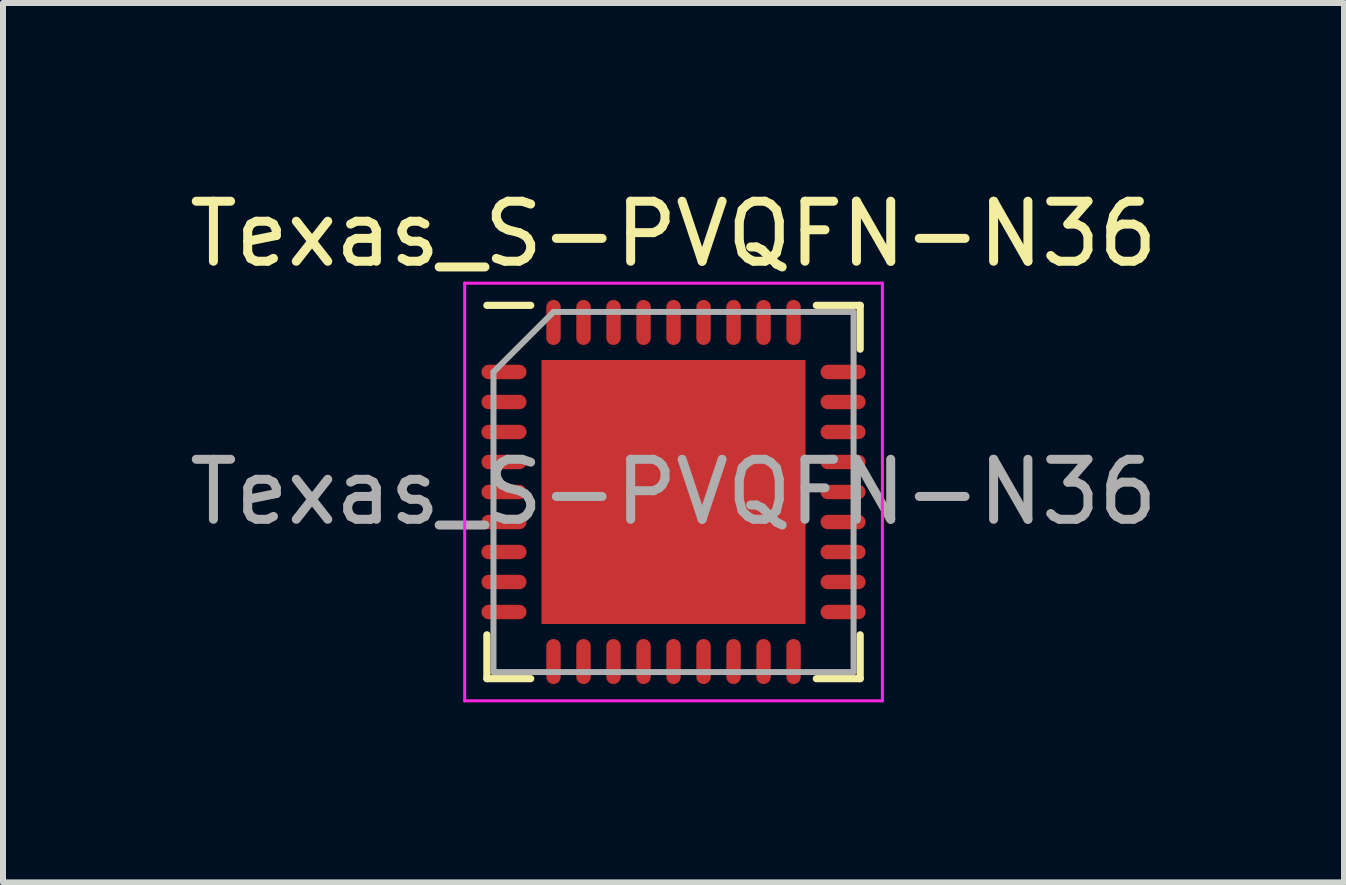
<source format=kicad_pcb>
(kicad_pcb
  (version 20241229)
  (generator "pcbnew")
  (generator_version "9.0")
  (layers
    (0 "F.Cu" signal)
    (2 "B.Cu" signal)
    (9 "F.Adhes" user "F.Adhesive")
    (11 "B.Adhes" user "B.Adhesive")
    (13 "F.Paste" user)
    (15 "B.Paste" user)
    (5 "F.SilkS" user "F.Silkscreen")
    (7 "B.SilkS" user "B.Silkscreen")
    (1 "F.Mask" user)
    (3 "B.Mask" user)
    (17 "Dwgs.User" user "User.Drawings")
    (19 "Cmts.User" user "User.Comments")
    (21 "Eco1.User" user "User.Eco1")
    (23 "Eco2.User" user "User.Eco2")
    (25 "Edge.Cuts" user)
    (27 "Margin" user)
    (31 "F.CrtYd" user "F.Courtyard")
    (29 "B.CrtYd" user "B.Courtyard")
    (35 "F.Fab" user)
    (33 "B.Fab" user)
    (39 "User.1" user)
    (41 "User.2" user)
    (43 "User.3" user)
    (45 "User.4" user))
  (footprint "Texas_S-PVQFN-N36"
    (layer "F.Cu")
    (at 8.173 5.148)
    (property "Reference" "Texas_S-PVQFN-N36" (at 0 -4.3 0) (layer "F.SilkS") (effects (font (size 1 1) (thickness 0.15))))
    (attr smd)
    (fp_line (start -3.11 3.11) (end -3.11 2.38) (stroke (width 0.12) (type solid)) (layer "F.SilkS"))
    (fp_line (start -3.11 3.11) (end -2.38 3.11) (stroke (width 0.12) (type solid)) (layer "F.SilkS"))
    (fp_line (start -2.38 -3.11) (end -3.11 -3.11) (stroke (width 0.12) (type solid)) (layer "F.SilkS"))
    (fp_line (start 3.11 -3.11) (end 2.38 -3.11) (stroke (width 0.12) (type solid)) (layer "F.SilkS"))
    (fp_line (start 3.11 -3.11) (end 3.11 -2.38) (stroke (width 0.12) (type solid)) (layer "F.SilkS"))
    (fp_line (start 3.11 3.11) (end 2.38 3.11) (stroke (width 0.12) (type solid)) (layer "F.SilkS"))
    (fp_line (start 3.11 3.11) (end 3.11 2.38) (stroke (width 0.12) (type solid)) (layer "F.SilkS"))
    (fp_line (start -3.48 -3.48) (end -3.48 3.48) (stroke (width 0.05) (type solid)) (layer "F.CrtYd"))
    (fp_line (start -3.48 -3.48) (end 3.48 -3.48) (stroke (width 0.05) (type solid)) (layer "F.CrtYd"))
    (fp_line (start -3.48 3.48) (end 3.48 3.48) (stroke (width 0.05) (type solid)) (layer "F.CrtYd"))
    (fp_line (start 3.48 -3.48) (end 3.48 3.48) (stroke (width 0.05) (type solid)) (layer "F.CrtYd"))
    (fp_line (start -3 -2) (end -2 -3) (stroke (width 0.1) (type solid)) (layer "F.Fab"))
    (fp_line (start -3 3) (end -3 -2) (stroke (width 0.1) (type solid)) (layer "F.Fab"))
    (fp_line (start -2 -3) (end 3 -3) (stroke (width 0.1) (type solid)) (layer "F.Fab"))
    (fp_line (start 3 -3) (end 3 3) (stroke (width 0.1) (type solid)) (layer "F.Fab"))
    (fp_line (start 3 3) (end -3 3) (stroke (width 0.1) (type solid)) (layer "F.Fab"))
    (fp_text user "${REFERENCE}" (at 0 0 0) (layer "F.Fab") (effects (font (size 1 1) (thickness 0.15))))
    (pad "" smd rect (at -1.43 -1.43) (size 1.23 1.23) (layers "F.Paste"))
    (pad "" smd rect (at -1.43 0) (size 1.23 1.23) (layers "F.Paste"))
    (pad "" smd rect (at -1.43 1.43) (size 1.23 1.23) (layers "F.Paste"))
    (pad "" smd rect (at 0 -1.43) (size 1.23 1.23) (layers "F.Paste"))
    (pad "" smd rect (at 0 0) (size 1.23 1.23) (layers "F.Paste"))
    (pad "" smd rect (at 0 1.43) (size 1.23 1.23) (layers "F.Paste"))
    (pad "" smd rect (at 1.43 -1.43) (size 1.23 1.23) (layers "F.Paste"))
    (pad "" smd rect (at 1.43 0) (size 1.23 1.23) (layers "F.Paste"))
    (pad "" smd rect (at 1.43 1.43) (size 1.23 1.23) (layers "F.Paste"))
    (pad "1" smd oval (at -2.825 -2) (size 0.75 0.24) (layers "F.Cu" "F.Mask" "F.Paste"))
    (pad "2" smd oval (at -2.825 -1.5) (size 0.75 0.24) (layers "F.Cu" "F.Mask" "F.Paste"))
    (pad "3" smd oval (at -2.825 -1) (size 0.75 0.24) (layers "F.Cu" "F.Mask" "F.Paste"))
    (pad "4" smd oval (at -2.825 -0.5) (size 0.75 0.24) (layers "F.Cu" "F.Mask" "F.Paste"))
    (pad "5" smd oval (at -2.825 0) (size 0.75 0.24) (layers "F.Cu" "F.Mask" "F.Paste"))
    (pad "6" smd oval (at -2.825 0.5) (size 0.75 0.24) (layers "F.Cu" "F.Mask" "F.Paste"))
    (pad "7" smd oval (at -2.825 1) (size 0.75 0.24) (layers "F.Cu" "F.Mask" "F.Paste"))
    (pad "8" smd oval (at -2.825 1.5) (size 0.75 0.24) (layers "F.Cu" "F.Mask" "F.Paste"))
    (pad "9" smd oval (at -2.825 2) (size 0.75 0.24) (layers "F.Cu" "F.Mask" "F.Paste"))
    (pad "10" smd oval (at -2 2.825 90) (size 0.75 0.24) (layers "F.Cu" "F.Mask" "F.Paste"))
    (pad "11" smd oval (at -1.5 2.825 90) (size 0.75 0.24) (layers "F.Cu" "F.Mask" "F.Paste"))
    (pad "12" smd oval (at -1 2.825 90) (size 0.75 0.24) (layers "F.Cu" "F.Mask" "F.Paste"))
    (pad "13" smd oval (at -0.5 2.825 90) (size 0.75 0.24) (layers "F.Cu" "F.Mask" "F.Paste"))
    (pad "14" smd oval (at 0 2.825 90) (size 0.75 0.24) (layers "F.Cu" "F.Mask" "F.Paste"))
    (pad "15" smd oval (at 0.5 2.825 90) (size 0.75 0.24) (layers "F.Cu" "F.Mask" "F.Paste"))
    (pad "16" smd oval (at 1 2.825 90) (size 0.75 0.24) (layers "F.Cu" "F.Mask" "F.Paste"))
    (pad "17" smd oval (at 1.5 2.825 90) (size 0.75 0.24) (layers "F.Cu" "F.Mask" "F.Paste"))
    (pad "18" smd oval (at 2 2.825 90) (size 0.75 0.24) (layers "F.Cu" "F.Mask" "F.Paste"))
    (pad "19" smd oval (at 2.825 2) (size 0.75 0.24) (layers "F.Cu" "F.Mask" "F.Paste"))
    (pad "20" smd oval (at 2.825 1.5) (size 0.75 0.24) (layers "F.Cu" "F.Mask" "F.Paste"))
    (pad "21" smd oval (at 2.825 1) (size 0.75 0.24) (layers "F.Cu" "F.Mask" "F.Paste"))
    (pad "22" smd oval (at 2.825 0.5) (size 0.75 0.24) (layers "F.Cu" "F.Mask" "F.Paste"))
    (pad "23" smd oval (at 2.825 0) (size 0.75 0.24) (layers "F.Cu" "F.Mask" "F.Paste"))
    (pad "24" smd oval (at 2.825 -0.5) (size 0.75 0.24) (layers "F.Cu" "F.Mask" "F.Paste"))
    (pad "25" smd oval (at 2.825 -1) (size 0.75 0.24) (layers "F.Cu" "F.Mask" "F.Paste"))
    (pad "26" smd oval (at 2.825 -1.5) (size 0.75 0.24) (layers "F.Cu" "F.Mask" "F.Paste"))
    (pad "27" smd oval (at 2.825 -2) (size 0.75 0.24) (layers "F.Cu" "F.Mask" "F.Paste"))
    (pad "28" smd oval (at 2 -2.825 90) (size 0.75 0.24) (layers "F.Cu" "F.Mask" "F.Paste"))
    (pad "29" smd oval (at 1.5 -2.825 90) (size 0.75 0.24) (layers "F.Cu" "F.Mask" "F.Paste"))
    (pad "30" smd oval (at 1 -2.825 90) (size 0.75 0.24) (layers "F.Cu" "F.Mask" "F.Paste"))
    (pad "31" smd oval (at 0.5 -2.825 90) (size 0.75 0.24) (layers "F.Cu" "F.Mask" "F.Paste"))
    (pad "32" smd oval (at 0 -2.825 90) (size 0.75 0.24) (layers "F.Cu" "F.Mask" "F.Paste"))
    (pad "33" smd oval (at -0.5 -2.825 90) (size 0.75 0.24) (layers "F.Cu" "F.Mask" "F.Paste"))
    (pad "34" smd oval (at -1 -2.825 90) (size 0.75 0.24) (layers "F.Cu" "F.Mask" "F.Paste"))
    (pad "35" smd oval (at -1.5 -2.825 90) (size 0.75 0.24) (layers "F.Cu" "F.Mask" "F.Paste"))
    (pad "36" smd oval (at -2 -2.825 90) (size 0.75 0.24) (layers "F.Cu" "F.Mask" "F.Paste"))
    (pad "37" smd rect (at 0 0) (size 4.4 4.4) (layers "F.Cu" "F.Mask")))
  (gr_rect
    (start -3 -3)
    (end 19.345 11.653)
    (stroke (width 0.1) (type default))
    (fill no)
    (layer "Edge.Cuts")))
</source>
